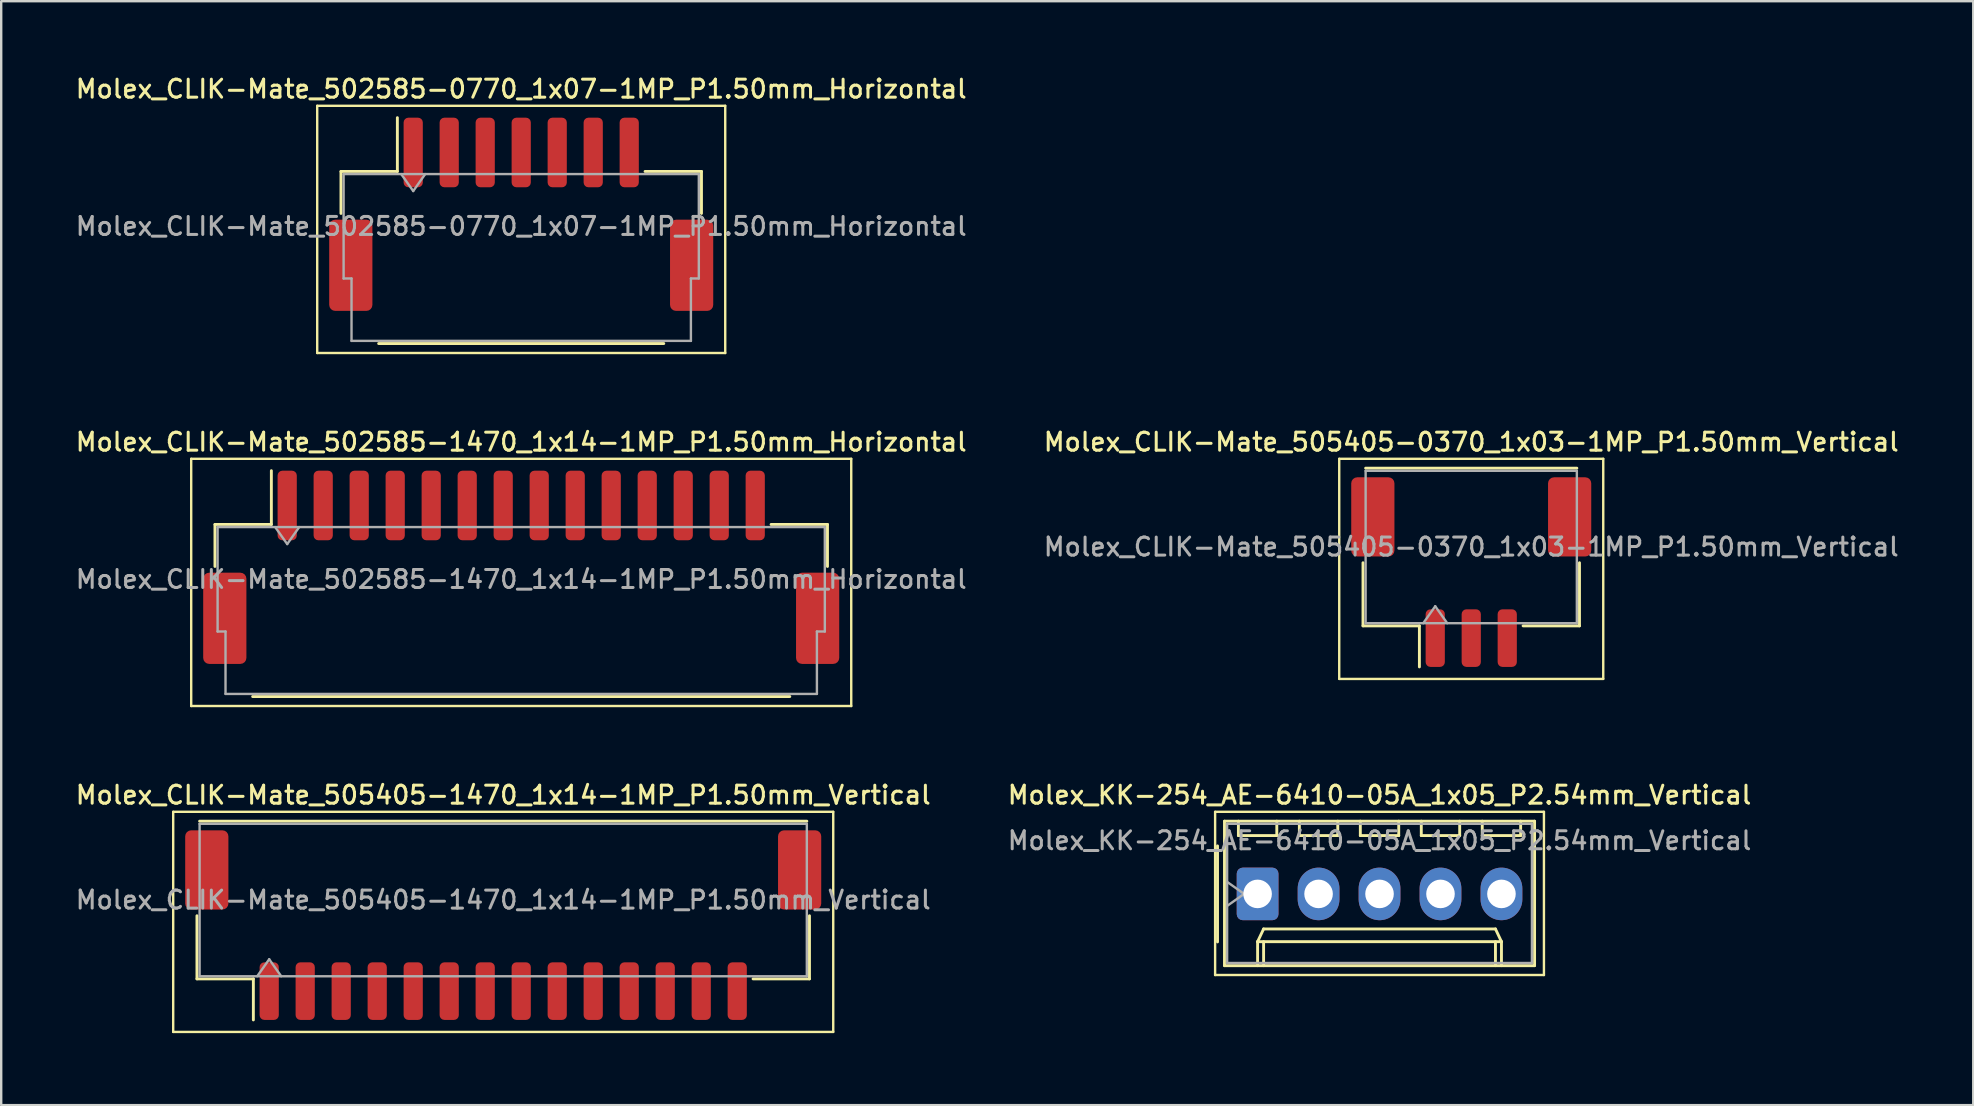
<source format=kicad_pcb>
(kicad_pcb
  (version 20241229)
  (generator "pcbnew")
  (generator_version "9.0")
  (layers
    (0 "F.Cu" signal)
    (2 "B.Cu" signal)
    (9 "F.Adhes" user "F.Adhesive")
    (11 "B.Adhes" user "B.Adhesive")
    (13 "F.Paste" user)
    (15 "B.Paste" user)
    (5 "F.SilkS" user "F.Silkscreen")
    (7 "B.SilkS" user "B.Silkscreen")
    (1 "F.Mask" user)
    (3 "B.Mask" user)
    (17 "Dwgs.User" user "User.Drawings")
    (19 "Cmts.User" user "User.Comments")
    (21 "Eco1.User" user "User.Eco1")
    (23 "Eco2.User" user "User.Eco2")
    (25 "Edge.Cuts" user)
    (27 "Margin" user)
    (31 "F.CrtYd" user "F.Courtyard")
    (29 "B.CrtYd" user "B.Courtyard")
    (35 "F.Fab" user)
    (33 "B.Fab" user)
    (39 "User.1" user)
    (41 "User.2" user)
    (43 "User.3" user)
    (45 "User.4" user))
  (footprint "Molex_CLIK-Mate_505405-0370_1x03-1MP_P1.50mm_Vertical"
    (layer "F.Cu")
    (at 58.248 20.786)
    (property "Reference" "Molex_CLIK-Mate_505405-0370_1x03-1MP_P1.50mm_Vertical" (at 0 -5.42 0) (layer "F.SilkS") (effects (font (size 0.75 0.75) (thickness 0.125))))
    (attr smd)
    (fp_line (start -5.5 -4.72) (end -5.5 4.45) (stroke (width 0.1) (type solid)) (layer "F.SilkS"))
    (fp_line (start -5.5 4.45) (end 5.5 4.45) (stroke (width 0.1) (type solid)) (layer "F.SilkS"))
    (fp_line (start -4.51 -0.39) (end -4.51 2.24) (stroke (width 0.12) (type solid)) (layer "F.SilkS"))
    (fp_line (start -4.51 2.24) (end -2.16 2.24) (stroke (width 0.12) (type solid)) (layer "F.SilkS"))
    (fp_line (start -4.4 -4.33) (end 4.4 -4.33) (stroke (width 0.12) (type solid)) (layer "F.SilkS"))
    (fp_line (start -2.16 2.24) (end -2.16 3.95) (stroke (width 0.12) (type solid)) (layer "F.SilkS"))
    (fp_line (start 4.51 -0.39) (end 4.51 2.24) (stroke (width 0.12) (type solid)) (layer "F.SilkS"))
    (fp_line (start 4.51 2.24) (end 2.16 2.24) (stroke (width 0.12) (type solid)) (layer "F.SilkS"))
    (fp_line (start 5.5 -4.72) (end -5.5 -4.72) (stroke (width 0.1) (type solid)) (layer "F.SilkS"))
    (fp_line (start 5.5 4.45) (end 5.5 -4.72) (stroke (width 0.1) (type solid)) (layer "F.SilkS"))
    (fp_line (start -4.4 -4.22) (end 4.4 -4.22) (stroke (width 0.1) (type solid)) (layer "F.Fab"))
    (fp_line (start -4.4 2.13) (end -4.4 -4.22) (stroke (width 0.1) (type solid)) (layer "F.Fab"))
    (fp_line (start -4.4 2.13) (end 4.4 2.13) (stroke (width 0.1) (type solid)) (layer "F.Fab"))
    (fp_line (start -2 2.13) (end -1.5 1.423) (stroke (width 0.1) (type solid)) (layer "F.Fab"))
    (fp_line (start -1.5 1.423) (end -1 2.13) (stroke (width 0.1) (type solid)) (layer "F.Fab"))
    (fp_line (start 4.4 2.13) (end 4.4 -4.22) (stroke (width 0.1) (type solid)) (layer "F.Fab"))
    (fp_text user "${REFERENCE}" (at 0 -1.05 0) (layer "F.Fab") (effects (font (size 0.75 0.75) (thickness 0.125))))
    (pad "1" smd roundrect (at -1.5 2.75) (size 0.8 2.4) (layers "F.Cu" "F.Mask" "F.Paste") (roundrect_rratio 0.25))
    (pad "2" smd roundrect (at 0 2.75) (size 0.8 2.4) (layers "F.Cu" "F.Mask" "F.Paste") (roundrect_rratio 0.25))
    (pad "3" smd roundrect (at 1.5 2.75) (size 0.8 2.4) (layers "F.Cu" "F.Mask" "F.Paste") (roundrect_rratio 0.25))
    (pad "MP" smd roundrect (at -4.1 -2.3) (size 1.8 3.3) (layers "F.Cu" "F.Mask" "F.Paste") (roundrect_rratio 0.139))
    (pad "MP" smd roundrect (at 4.1 -2.3) (size 1.8 3.3) (layers "F.Cu" "F.Mask" "F.Paste") (roundrect_rratio 0.139)))
  (footprint "Molex_CLIK-Mate_505405-1470_1x14-1MP_P1.50mm_Vertical"
    (layer "F.Cu")
    (at 17.916 35.494)
    (property "Reference" "Molex_CLIK-Mate_505405-1470_1x14-1MP_P1.50mm_Vertical" (at 0 -5.42 0) (layer "F.SilkS") (effects (font (size 0.75 0.75) (thickness 0.125))))
    (attr smd)
    (fp_line (start -13.75 -4.72) (end -13.75 4.45) (stroke (width 0.1) (type solid)) (layer "F.SilkS"))
    (fp_line (start -13.75 4.45) (end 13.75 4.45) (stroke (width 0.1) (type solid)) (layer "F.SilkS"))
    (fp_line (start -12.76 -0.39) (end -12.76 2.24) (stroke (width 0.12) (type solid)) (layer "F.SilkS"))
    (fp_line (start -12.76 2.24) (end -10.41 2.24) (stroke (width 0.12) (type solid)) (layer "F.SilkS"))
    (fp_line (start -12.65 -4.33) (end 12.65 -4.33) (stroke (width 0.12) (type solid)) (layer "F.SilkS"))
    (fp_line (start -10.41 2.24) (end -10.41 3.95) (stroke (width 0.12) (type solid)) (layer "F.SilkS"))
    (fp_line (start 12.76 -0.39) (end 12.76 2.24) (stroke (width 0.12) (type solid)) (layer "F.SilkS"))
    (fp_line (start 12.76 2.24) (end 10.41 2.24) (stroke (width 0.12) (type solid)) (layer "F.SilkS"))
    (fp_line (start 13.75 -4.72) (end -13.75 -4.72) (stroke (width 0.1) (type solid)) (layer "F.SilkS"))
    (fp_line (start 13.75 4.45) (end 13.75 -4.72) (stroke (width 0.1) (type solid)) (layer "F.SilkS"))
    (fp_line (start -12.65 -4.22) (end 12.65 -4.22) (stroke (width 0.1) (type solid)) (layer "F.Fab"))
    (fp_line (start -12.65 2.13) (end -12.65 -4.22) (stroke (width 0.1) (type solid)) (layer "F.Fab"))
    (fp_line (start -12.65 2.13) (end 12.65 2.13) (stroke (width 0.1) (type solid)) (layer "F.Fab"))
    (fp_line (start -10.25 2.13) (end -9.75 1.423) (stroke (width 0.1) (type solid)) (layer "F.Fab"))
    (fp_line (start -9.75 1.423) (end -9.25 2.13) (stroke (width 0.1) (type solid)) (layer "F.Fab"))
    (fp_line (start 12.65 2.13) (end 12.65 -4.22) (stroke (width 0.1) (type solid)) (layer "F.Fab"))
    (fp_text user "${REFERENCE}" (at 0 -1.05 0) (layer "F.Fab") (effects (font (size 0.75 0.75) (thickness 0.125))))
    (pad "1" smd roundrect (at -9.75 2.75) (size 0.8 2.4) (layers "F.Cu" "F.Mask" "F.Paste") (roundrect_rratio 0.25))
    (pad "2" smd roundrect (at -8.25 2.75) (size 0.8 2.4) (layers "F.Cu" "F.Mask" "F.Paste") (roundrect_rratio 0.25))
    (pad "3" smd roundrect (at -6.75 2.75) (size 0.8 2.4) (layers "F.Cu" "F.Mask" "F.Paste") (roundrect_rratio 0.25))
    (pad "4" smd roundrect (at -5.25 2.75) (size 0.8 2.4) (layers "F.Cu" "F.Mask" "F.Paste") (roundrect_rratio 0.25))
    (pad "5" smd roundrect (at -3.75 2.75) (size 0.8 2.4) (layers "F.Cu" "F.Mask" "F.Paste") (roundrect_rratio 0.25))
    (pad "6" smd roundrect (at -2.25 2.75) (size 0.8 2.4) (layers "F.Cu" "F.Mask" "F.Paste") (roundrect_rratio 0.25))
    (pad "7" smd roundrect (at -0.75 2.75) (size 0.8 2.4) (layers "F.Cu" "F.Mask" "F.Paste") (roundrect_rratio 0.25))
    (pad "8" smd roundrect (at 0.75 2.75) (size 0.8 2.4) (layers "F.Cu" "F.Mask" "F.Paste") (roundrect_rratio 0.25))
    (pad "9" smd roundrect (at 2.25 2.75) (size 0.8 2.4) (layers "F.Cu" "F.Mask" "F.Paste") (roundrect_rratio 0.25))
    (pad "10" smd roundrect (at 3.75 2.75) (size 0.8 2.4) (layers "F.Cu" "F.Mask" "F.Paste") (roundrect_rratio 0.25))
    (pad "11" smd roundrect (at 5.25 2.75) (size 0.8 2.4) (layers "F.Cu" "F.Mask" "F.Paste") (roundrect_rratio 0.25))
    (pad "12" smd roundrect (at 6.75 2.75) (size 0.8 2.4) (layers "F.Cu" "F.Mask" "F.Paste") (roundrect_rratio 0.25))
    (pad "13" smd roundrect (at 8.25 2.75) (size 0.8 2.4) (layers "F.Cu" "F.Mask" "F.Paste") (roundrect_rratio 0.25))
    (pad "14" smd roundrect (at 9.75 2.75) (size 0.8 2.4) (layers "F.Cu" "F.Mask" "F.Paste") (roundrect_rratio 0.25))
    (pad "MP" smd roundrect (at -12.35 -2.3) (size 1.8 3.3) (layers "F.Cu" "F.Mask" "F.Paste") (roundrect_rratio 0.139))
    (pad "MP" smd roundrect (at 12.35 -2.3) (size 1.8 3.3) (layers "F.Cu" "F.Mask" "F.Paste") (roundrect_rratio 0.139)))
  (footprint "Molex_CLIK-Mate_502585-0770_1x07-1MP_P1.50mm_Horizontal"
    (layer "F.Cu")
    (at 18.666 5.878)
    (property "Reference" "Molex_CLIK-Mate_502585-0770_1x07-1MP_P1.50mm_Horizontal" (at 0 -5.22 0) (layer "F.SilkS") (effects (font (size 0.75 0.75) (thickness 0.125))))
    (attr smd)
    (fp_line (start -8.5 -4.52) (end -8.5 5.78) (stroke (width 0.1) (type solid)) (layer "F.SilkS"))
    (fp_line (start -8.5 5.78) (end 8.5 5.78) (stroke (width 0.1) (type solid)) (layer "F.SilkS"))
    (fp_line (start -7.51 -1.785) (end -5.16 -1.785) (stroke (width 0.12) (type solid)) (layer "F.SilkS"))
    (fp_line (start -7.51 -0.035) (end -7.51 -1.785) (stroke (width 0.12) (type solid)) (layer "F.SilkS"))
    (fp_line (start -5.94 5.385) (end 5.94 5.385) (stroke (width 0.12) (type solid)) (layer "F.SilkS"))
    (fp_line (start -5.16 -1.785) (end -5.16 -4.025) (stroke (width 0.12) (type solid)) (layer "F.SilkS"))
    (fp_line (start 7.51 -1.785) (end 5.16 -1.785) (stroke (width 0.12) (type solid)) (layer "F.SilkS"))
    (fp_line (start 7.51 -0.035) (end 7.51 -1.785) (stroke (width 0.12) (type solid)) (layer "F.SilkS"))
    (fp_line (start 8.5 -4.52) (end -8.5 -4.52) (stroke (width 0.1) (type solid)) (layer "F.SilkS"))
    (fp_line (start 8.5 5.78) (end 8.5 -4.52) (stroke (width 0.1) (type solid)) (layer "F.SilkS"))
    (fp_line (start -7.4 -1.675) (end -7.4 2.675) (stroke (width 0.1) (type solid)) (layer "F.Fab"))
    (fp_line (start -7.4 -1.675) (end 7.4 -1.675) (stroke (width 0.1) (type solid)) (layer "F.Fab"))
    (fp_line (start -7.4 2.675) (end -7.07 2.675) (stroke (width 0.1) (type solid)) (layer "F.Fab"))
    (fp_line (start -7.07 2.675) (end -7.07 5.275) (stroke (width 0.1) (type solid)) (layer "F.Fab"))
    (fp_line (start -7.07 5.275) (end 7.07 5.275) (stroke (width 0.1) (type solid)) (layer "F.Fab"))
    (fp_line (start -5 -1.675) (end -4.5 -0.968) (stroke (width 0.1) (type solid)) (layer "F.Fab"))
    (fp_line (start -4.5 -0.968) (end -4 -1.675) (stroke (width 0.1) (type solid)) (layer "F.Fab"))
    (fp_line (start 7.07 2.675) (end 7.4 2.675) (stroke (width 0.1) (type solid)) (layer "F.Fab"))
    (fp_line (start 7.07 5.275) (end 7.07 2.675) (stroke (width 0.1) (type solid)) (layer "F.Fab"))
    (fp_line (start 7.4 -1.675) (end 7.4 2.675) (stroke (width 0.1) (type solid)) (layer "F.Fab"))
    (fp_text user "${REFERENCE}" (at 0 0.5 0) (layer "F.Fab") (effects (font (size 0.75 0.75) (thickness 0.125))))
    (pad "1" smd roundrect (at -4.5 -2.575) (size 0.8 2.9) (layers "F.Cu" "F.Mask" "F.Paste") (roundrect_rratio 0.25))
    (pad "2" smd roundrect (at -3 -2.575) (size 0.8 2.9) (layers "F.Cu" "F.Mask" "F.Paste") (roundrect_rratio 0.25))
    (pad "3" smd roundrect (at -1.5 -2.575) (size 0.8 2.9) (layers "F.Cu" "F.Mask" "F.Paste") (roundrect_rratio 0.25))
    (pad "4" smd roundrect (at 0 -2.575) (size 0.8 2.9) (layers "F.Cu" "F.Mask" "F.Paste") (roundrect_rratio 0.25))
    (pad "5" smd roundrect (at 1.5 -2.575) (size 0.8 2.9) (layers "F.Cu" "F.Mask" "F.Paste") (roundrect_rratio 0.25))
    (pad "6" smd roundrect (at 3 -2.575) (size 0.8 2.9) (layers "F.Cu" "F.Mask" "F.Paste") (roundrect_rratio 0.25))
    (pad "7" smd roundrect (at 4.5 -2.575) (size 0.8 2.9) (layers "F.Cu" "F.Mask" "F.Paste") (roundrect_rratio 0.25))
    (pad "MP" smd roundrect (at -7.1 2.125) (size 1.8 3.8) (layers "F.Cu" "F.Mask" "F.Paste") (roundrect_rratio 0.139))
    (pad "MP" smd roundrect (at 7.1 2.125) (size 1.8 3.8) (layers "F.Cu" "F.Mask" "F.Paste") (roundrect_rratio 0.139)))
  (footprint "Molex_KK-254_AE-6410-05A_1x05_P2.54mm_Vertical"
    (layer "F.Cu")
    (at 49.347 34.194)
    (property "Reference" "Molex_KK-254_AE-6410-05A_1x05_P2.54mm_Vertical" (at 5.08 -4.12 0) (layer "F.SilkS") (effects (font (size 0.75 0.75) (thickness 0.125))))
    (attr through_hole)
    (fp_line (start -1.77 -3.42) (end -1.77 3.38) (stroke (width 0.1) (type solid)) (layer "F.SilkS"))
    (fp_line (start -1.77 3.38) (end 11.93 3.38) (stroke (width 0.1) (type solid)) (layer "F.SilkS"))
    (fp_line (start -1.67 -2) (end -1.67 2) (stroke (width 0.12) (type solid)) (layer "F.SilkS"))
    (fp_line (start -1.38 -3.03) (end -1.38 2.99) (stroke (width 0.12) (type solid)) (layer "F.SilkS"))
    (fp_line (start -1.38 2.99) (end 11.54 2.99) (stroke (width 0.12) (type solid)) (layer "F.SilkS"))
    (fp_line (start -0.8 -3.03) (end -0.8 -2.43) (stroke (width 0.12) (type solid)) (layer "F.SilkS"))
    (fp_line (start -0.8 -2.43) (end 0.8 -2.43) (stroke (width 0.12) (type solid)) (layer "F.SilkS"))
    (fp_line (start 0 1.99) (end 0.25 1.46) (stroke (width 0.12) (type solid)) (layer "F.SilkS"))
    (fp_line (start 0 1.99) (end 10.16 1.99) (stroke (width 0.12) (type solid)) (layer "F.SilkS"))
    (fp_line (start 0 2.99) (end 0 1.99) (stroke (width 0.12) (type solid)) (layer "F.SilkS"))
    (fp_line (start 0.25 1.46) (end 9.91 1.46) (stroke (width 0.12) (type solid)) (layer "F.SilkS"))
    (fp_line (start 0.25 2.99) (end 0.25 1.99) (stroke (width 0.12) (type solid)) (layer "F.SilkS"))
    (fp_line (start 0.8 -2.43) (end 0.8 -3.03) (stroke (width 0.12) (type solid)) (layer "F.SilkS"))
    (fp_line (start 1.74 -3.03) (end 1.74 -2.43) (stroke (width 0.12) (type solid)) (layer "F.SilkS"))
    (fp_line (start 1.74 -2.43) (end 3.34 -2.43) (stroke (width 0.12) (type solid)) (layer "F.SilkS"))
    (fp_line (start 3.34 -2.43) (end 3.34 -3.03) (stroke (width 0.12) (type solid)) (layer "F.SilkS"))
    (fp_line (start 4.28 -3.03) (end 4.28 -2.43) (stroke (width 0.12) (type solid)) (layer "F.SilkS"))
    (fp_line (start 4.28 -2.43) (end 5.88 -2.43) (stroke (width 0.12) (type solid)) (layer "F.SilkS"))
    (fp_line (start 5.88 -2.43) (end 5.88 -3.03) (stroke (width 0.12) (type solid)) (layer "F.SilkS"))
    (fp_line (start 6.82 -3.03) (end 6.82 -2.43) (stroke (width 0.12) (type solid)) (layer "F.SilkS"))
    (fp_line (start 6.82 -2.43) (end 8.42 -2.43) (stroke (width 0.12) (type solid)) (layer "F.SilkS"))
    (fp_line (start 8.42 -2.43) (end 8.42 -3.03) (stroke (width 0.12) (type solid)) (layer "F.SilkS"))
    (fp_line (start 9.36 -3.03) (end 9.36 -2.43) (stroke (width 0.12) (type solid)) (layer "F.SilkS"))
    (fp_line (start 9.36 -2.43) (end 10.96 -2.43) (stroke (width 0.12) (type solid)) (layer "F.SilkS"))
    (fp_line (start 9.91 1.46) (end 10.16 1.99) (stroke (width 0.12) (type solid)) (layer "F.SilkS"))
    (fp_line (start 9.91 2.99) (end 9.91 1.99) (stroke (width 0.12) (type solid)) (layer "F.SilkS"))
    (fp_line (start 10.16 1.99) (end 10.16 2.99) (stroke (width 0.12) (type solid)) (layer "F.SilkS"))
    (fp_line (start 10.96 -2.43) (end 10.96 -3.03) (stroke (width 0.12) (type solid)) (layer "F.SilkS"))
    (fp_line (start 11.54 -3.03) (end -1.38 -3.03) (stroke (width 0.12) (type solid)) (layer "F.SilkS"))
    (fp_line (start 11.54 2.99) (end 11.54 -3.03) (stroke (width 0.12) (type solid)) (layer "F.SilkS"))
    (fp_line (start 11.93 -3.42) (end -1.77 -3.42) (stroke (width 0.1) (type solid)) (layer "F.SilkS"))
    (fp_line (start 11.93 3.38) (end 11.93 -3.42) (stroke (width 0.1) (type solid)) (layer "F.SilkS"))
    (fp_line (start -1.27 -2.92) (end -1.27 2.88) (stroke (width 0.1) (type solid)) (layer "F.Fab"))
    (fp_line (start -1.27 -0.5) (end -0.563 0) (stroke (width 0.1) (type solid)) (layer "F.Fab"))
    (fp_line (start -1.27 2.88) (end 11.43 2.88) (stroke (width 0.1) (type solid)) (layer "F.Fab"))
    (fp_line (start -0.563 0) (end -1.27 0.5) (stroke (width 0.1) (type solid)) (layer "F.Fab"))
    (fp_line (start 11.43 -2.92) (end -1.27 -2.92) (stroke (width 0.1) (type solid)) (layer "F.Fab"))
    (fp_line (start 11.43 2.88) (end 11.43 -2.92) (stroke (width 0.1) (type solid)) (layer "F.Fab"))
    (fp_text user "${REFERENCE}" (at 5.08 -2.22 0) (layer "F.Fab") (effects (font (size 0.75 0.75) (thickness 0.125))))
    (pad "1" thru_hole roundrect (at 0 0) (size 1.74 2.19) (drill 1.19) (layers "*.Cu" "*.Mask") (roundrect_rratio 0.144))
    (pad "2" thru_hole oval (at 2.54 0) (size 1.74 2.19) (drill 1.19) (layers "*.Cu" "*.Mask"))
    (pad "3" thru_hole oval (at 5.08 0) (size 1.74 2.19) (drill 1.19) (layers "*.Cu" "*.Mask"))
    (pad "4" thru_hole oval (at 7.62 0) (size 1.74 2.19) (drill 1.19) (layers "*.Cu" "*.Mask"))
    (pad "5" thru_hole oval (at 10.16 0) (size 1.74 2.19) (drill 1.19) (layers "*.Cu" "*.Mask")))
  (footprint "Molex_CLIK-Mate_502585-1470_1x14-1MP_P1.50mm_Horizontal"
    (layer "F.Cu")
    (at 18.666 20.586)
    (property "Reference" "Molex_CLIK-Mate_502585-1470_1x14-1MP_P1.50mm_Horizontal" (at 0 -5.22 0) (layer "F.SilkS") (effects (font (size 0.75 0.75) (thickness 0.125))))
    (attr smd)
    (fp_line (start -13.75 -4.52) (end -13.75 5.78) (stroke (width 0.1) (type solid)) (layer "F.SilkS"))
    (fp_line (start -13.75 5.78) (end 13.75 5.78) (stroke (width 0.1) (type solid)) (layer "F.SilkS"))
    (fp_line (start -12.76 -1.785) (end -10.41 -1.785) (stroke (width 0.12) (type solid)) (layer "F.SilkS"))
    (fp_line (start -12.76 -0.035) (end -12.76 -1.785) (stroke (width 0.12) (type solid)) (layer "F.SilkS"))
    (fp_line (start -11.19 5.385) (end 11.19 5.385) (stroke (width 0.12) (type solid)) (layer "F.SilkS"))
    (fp_line (start -10.41 -1.785) (end -10.41 -4.025) (stroke (width 0.12) (type solid)) (layer "F.SilkS"))
    (fp_line (start 12.76 -1.785) (end 10.41 -1.785) (stroke (width 0.12) (type solid)) (layer "F.SilkS"))
    (fp_line (start 12.76 -0.035) (end 12.76 -1.785) (stroke (width 0.12) (type solid)) (layer "F.SilkS"))
    (fp_line (start 13.75 -4.52) (end -13.75 -4.52) (stroke (width 0.1) (type solid)) (layer "F.SilkS"))
    (fp_line (start 13.75 5.78) (end 13.75 -4.52) (stroke (width 0.1) (type solid)) (layer "F.SilkS"))
    (fp_line (start -12.65 -1.675) (end -12.65 2.675) (stroke (width 0.1) (type solid)) (layer "F.Fab"))
    (fp_line (start -12.65 -1.675) (end 12.65 -1.675) (stroke (width 0.1) (type solid)) (layer "F.Fab"))
    (fp_line (start -12.65 2.675) (end -12.32 2.675) (stroke (width 0.1) (type solid)) (layer "F.Fab"))
    (fp_line (start -12.32 2.675) (end -12.32 5.275) (stroke (width 0.1) (type solid)) (layer "F.Fab"))
    (fp_line (start -12.32 5.275) (end 12.32 5.275) (stroke (width 0.1) (type solid)) (layer "F.Fab"))
    (fp_line (start -10.25 -1.675) (end -9.75 -0.968) (stroke (width 0.1) (type solid)) (layer "F.Fab"))
    (fp_line (start -9.75 -0.968) (end -9.25 -1.675) (stroke (width 0.1) (type solid)) (layer "F.Fab"))
    (fp_line (start 12.32 2.675) (end 12.65 2.675) (stroke (width 0.1) (type solid)) (layer "F.Fab"))
    (fp_line (start 12.32 5.275) (end 12.32 2.675) (stroke (width 0.1) (type solid)) (layer "F.Fab"))
    (fp_line (start 12.65 -1.675) (end 12.65 2.675) (stroke (width 0.1) (type solid)) (layer "F.Fab"))
    (fp_text user "${REFERENCE}" (at 0 0.5 0) (layer "F.Fab") (effects (font (size 0.75 0.75) (thickness 0.125))))
    (pad "1" smd roundrect (at -9.75 -2.575) (size 0.8 2.9) (layers "F.Cu" "F.Mask" "F.Paste") (roundrect_rratio 0.25))
    (pad "2" smd roundrect (at -8.25 -2.575) (size 0.8 2.9) (layers "F.Cu" "F.Mask" "F.Paste") (roundrect_rratio 0.25))
    (pad "3" smd roundrect (at -6.75 -2.575) (size 0.8 2.9) (layers "F.Cu" "F.Mask" "F.Paste") (roundrect_rratio 0.25))
    (pad "4" smd roundrect (at -5.25 -2.575) (size 0.8 2.9) (layers "F.Cu" "F.Mask" "F.Paste") (roundrect_rratio 0.25))
    (pad "5" smd roundrect (at -3.75 -2.575) (size 0.8 2.9) (layers "F.Cu" "F.Mask" "F.Paste") (roundrect_rratio 0.25))
    (pad "6" smd roundrect (at -2.25 -2.575) (size 0.8 2.9) (layers "F.Cu" "F.Mask" "F.Paste") (roundrect_rratio 0.25))
    (pad "7" smd roundrect (at -0.75 -2.575) (size 0.8 2.9) (layers "F.Cu" "F.Mask" "F.Paste") (roundrect_rratio 0.25))
    (pad "8" smd roundrect (at 0.75 -2.575) (size 0.8 2.9) (layers "F.Cu" "F.Mask" "F.Paste") (roundrect_rratio 0.25))
    (pad "9" smd roundrect (at 2.25 -2.575) (size 0.8 2.9) (layers "F.Cu" "F.Mask" "F.Paste") (roundrect_rratio 0.25))
    (pad "10" smd roundrect (at 3.75 -2.575) (size 0.8 2.9) (layers "F.Cu" "F.Mask" "F.Paste") (roundrect_rratio 0.25))
    (pad "11" smd roundrect (at 5.25 -2.575) (size 0.8 2.9) (layers "F.Cu" "F.Mask" "F.Paste") (roundrect_rratio 0.25))
    (pad "12" smd roundrect (at 6.75 -2.575) (size 0.8 2.9) (layers "F.Cu" "F.Mask" "F.Paste") (roundrect_rratio 0.25))
    (pad "13" smd roundrect (at 8.25 -2.575) (size 0.8 2.9) (layers "F.Cu" "F.Mask" "F.Paste") (roundrect_rratio 0.25))
    (pad "14" smd roundrect (at 9.75 -2.575) (size 0.8 2.9) (layers "F.Cu" "F.Mask" "F.Paste") (roundrect_rratio 0.25))
    (pad "MP" smd roundrect (at -12.35 2.125) (size 1.8 3.8) (layers "F.Cu" "F.Mask" "F.Paste") (roundrect_rratio 0.139))
    (pad "MP" smd roundrect (at 12.35 2.125) (size 1.8 3.8) (layers "F.Cu" "F.Mask" "F.Paste") (roundrect_rratio 0.139)))
  (gr_rect
    (start -3 -3)
    (end 79.164 42.994)
    (stroke (width 0.1) (type default))
    (fill no)
    (layer "Edge.Cuts")))
</source>
